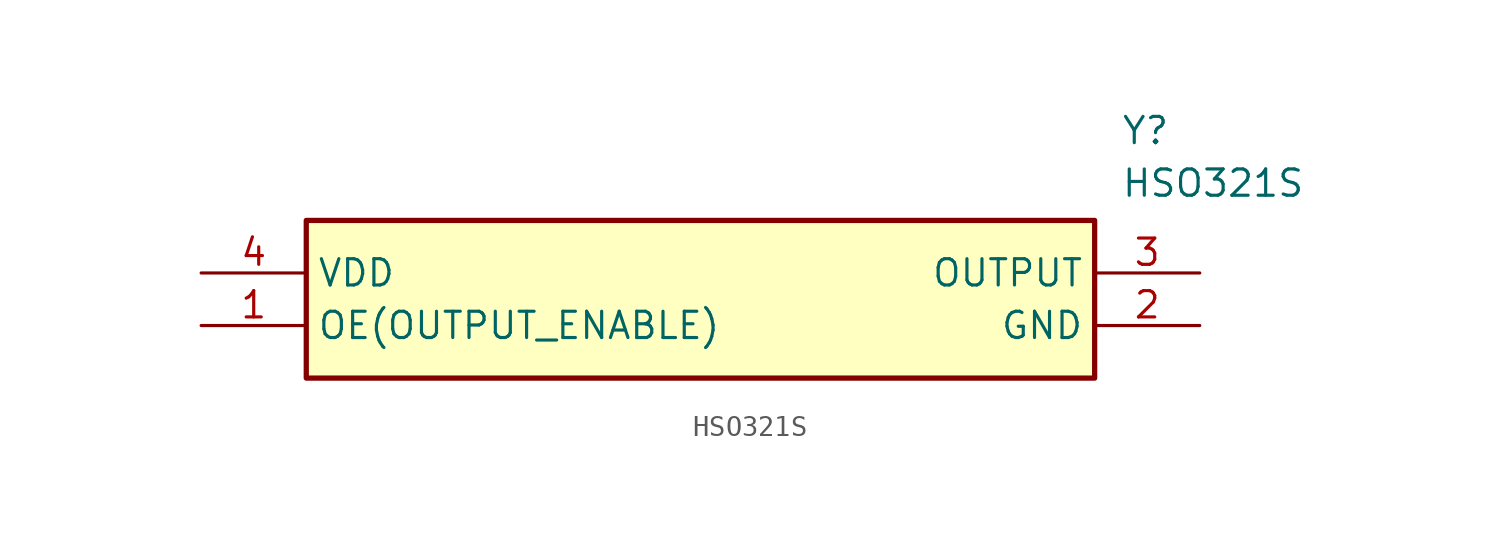
<source format=kicad_sym>
(kicad_symbol_lib
  (version 20211014)
  (generator SamacSys_ECAD_Model)
  (symbol "HSO321S"
    (property "Reference" "Y"
      (at 44.45 7.62 0)
      (effects (font (size 1.27 1.27)) (justify left top)))
    (property "Value" "HSO321S"
      (at 44.45 5.08 0)
      (effects (font (size 1.27 1.27)) (justify left top)))
    (rectangle
      (start 5.08 2.54)
      (end 43.18 -5.08)
      (stroke (width 0.254) (type default))
      (fill (type background)))
    (pin passive line
      (at 0 -2.54 0)
      (length 5.08)
      (name "OE(OUTPUT_ENABLE)" (effects (font (size 1.27 1.27))))
      (number "1" (effects (font (size 1.27 1.27)))))
    (pin passive line
      (at 48.26 -2.54 180)
      (length 5.08)
      (name "GND" (effects (font (size 1.27 1.27))))
      (number "2" (effects (font (size 1.27 1.27)))))
    (pin passive line
      (at 48.26 0 180)
      (length 5.08)
      (name "OUTPUT" (effects (font (size 1.27 1.27))))
      (number "3" (effects (font (size 1.27 1.27)))))
    (pin passive line
      (at 0 0 0)
      (length 5.08)
      (name "VDD" (effects (font (size 1.27 1.27))))
      (number "4" (effects (font (size 1.27 1.27)))))))
</source>
